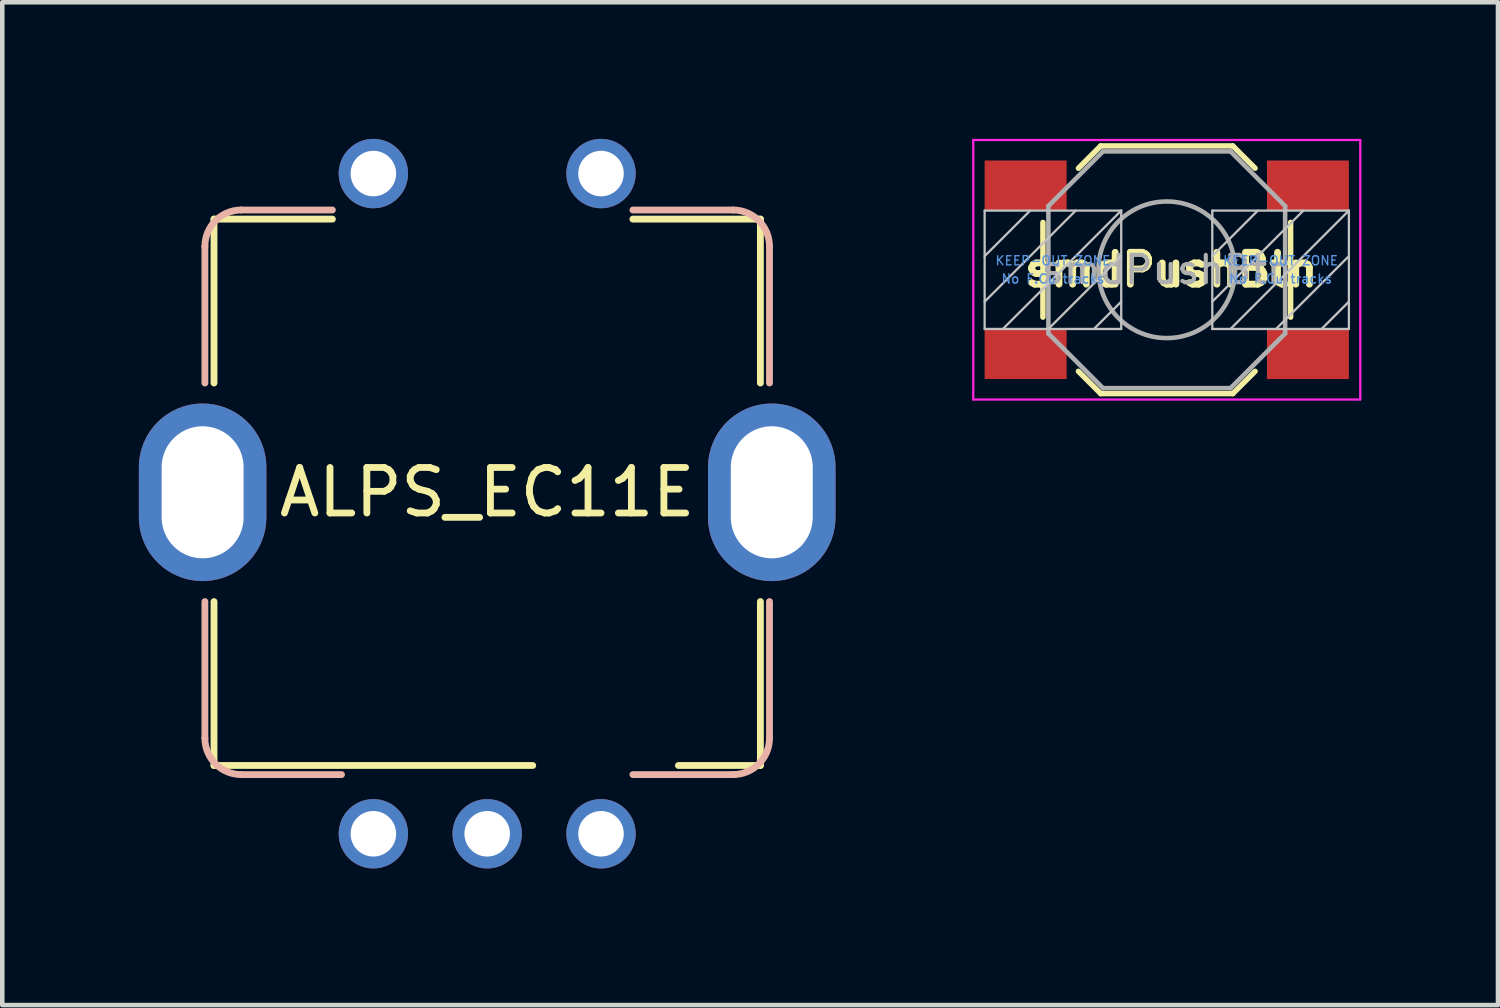
<source format=kicad_pcb>
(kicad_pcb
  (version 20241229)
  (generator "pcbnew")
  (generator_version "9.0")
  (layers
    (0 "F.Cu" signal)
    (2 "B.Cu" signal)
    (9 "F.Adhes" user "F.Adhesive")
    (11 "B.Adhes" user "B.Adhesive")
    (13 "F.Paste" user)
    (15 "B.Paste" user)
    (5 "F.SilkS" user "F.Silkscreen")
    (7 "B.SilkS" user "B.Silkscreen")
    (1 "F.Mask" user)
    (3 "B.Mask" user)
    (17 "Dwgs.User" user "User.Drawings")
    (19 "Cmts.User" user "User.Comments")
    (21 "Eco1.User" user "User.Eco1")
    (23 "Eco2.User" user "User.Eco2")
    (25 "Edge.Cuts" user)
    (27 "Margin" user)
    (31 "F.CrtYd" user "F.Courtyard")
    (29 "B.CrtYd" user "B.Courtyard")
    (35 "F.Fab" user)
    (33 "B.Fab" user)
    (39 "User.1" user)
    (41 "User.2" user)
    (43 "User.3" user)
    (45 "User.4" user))
  (footprint "ALPS_EC11E"
    (layer "F.Cu")
    (at 7.65 7.762)
    (property "Reference" "ALPS_EC11E" (at 0 0 0) (layer "F.SilkS") (effects (font (size 1 1) (thickness 0.15))))
    (attr through_hole)
    (fp_line (start -6 -6) (end -3.4 -6) (stroke (width 0.15) (type solid)) (layer "F.SilkS"))
    (fp_line (start -6 -2.4) (end -6 -6) (stroke (width 0.15) (type solid)) (layer "F.SilkS"))
    (fp_line (start -6 6) (end -6 2.4) (stroke (width 0.15) (type solid)) (layer "F.SilkS"))
    (fp_line (start 1 6) (end -6 6) (stroke (width 0.15) (type solid)) (layer "F.SilkS"))
    (fp_line (start 3.2 -6) (end 6 -6) (stroke (width 0.15) (type solid)) (layer "F.SilkS"))
    (fp_line (start 6 -6) (end 6 -2.4) (stroke (width 0.15) (type solid)) (layer "F.SilkS"))
    (fp_line (start 6 6) (end 4.2 6) (stroke (width 0.15) (type solid)) (layer "F.SilkS"))
    (fp_line (start 6 6) (end 6 2.4) (stroke (width 0.15) (type solid)) (layer "F.SilkS"))
    (fp_line (start -6.2 -2.4) (end -6.2 -5.4) (stroke (width 0.15) (type solid)) (layer "B.SilkS"))
    (fp_line (start -6.2 5.4) (end -6.2 2.4) (stroke (width 0.15) (type solid)) (layer "B.SilkS"))
    (fp_line (start -5.4 -6.2) (end -3.4 -6.2) (stroke (width 0.15) (type solid)) (layer "B.SilkS"))
    (fp_line (start -5.4 6.2) (end -3.2 6.2) (stroke (width 0.15) (type solid)) (layer "B.SilkS"))
    (fp_line (start 5.4 -6.2) (end 3.2 -6.2) (stroke (width 0.15) (type solid)) (layer "B.SilkS"))
    (fp_line (start 5.4 6.2) (end 3.2 6.2) (stroke (width 0.15) (type solid)) (layer "B.SilkS"))
    (fp_line (start 6.2 -2.4) (end 6.2 -5.4) (stroke (width 0.15) (type solid)) (layer "B.SilkS"))
    (fp_line (start 6.2 5.4) (end 6.2 2.4) (stroke (width 0.15) (type solid)) (layer "B.SilkS"))
    (fp_arc (start -6.2 -5.4) (mid -5.965685 -5.965685) (end -5.4 -6.2) (stroke (width 0.15) (type solid)) (layer "B.SilkS"))
    (fp_arc (start -5.4 6.2) (mid -5.965685 5.965685) (end -6.2 5.4) (stroke (width 0.15) (type solid)) (layer "B.SilkS"))
    (fp_arc (start 5.4 -6.2) (mid 5.965685 -5.965685) (end 6.2 -5.4) (stroke (width 0.15) (type solid)) (layer "B.SilkS"))
    (fp_arc (start 6.2 5.4) (mid 5.965685 5.965685) (end 5.4 6.2) (stroke (width 0.15) (type solid)) (layer "B.SilkS"))
    (pad "" thru_hole oval (at -6.25 0) (size 2.8 3.9) (drill oval 1.8 2.9) (layers "*.Cu" "*.Mask"))
    (pad "" thru_hole oval (at 6.25 0) (size 2.8 3.9) (drill oval 1.8 2.9) (layers "*.Cu" "*.Mask"))
    (pad "A" thru_hole circle (at -2.5 7.5) (size 1.524 1.524) (drill 1) (layers "*.Cu" "*.Mask"))
    (pad "B" thru_hole circle (at 2.5 7.5) (size 1.524 1.524) (drill 1) (layers "*.Cu" "*.Mask"))
    (pad "C" thru_hole circle (at 0 7.5) (size 1.524 1.524) (drill 1) (layers "*.Cu" "*.Mask"))
    (pad "S1" thru_hole circle (at -2.5 -7) (size 1.524 1.524) (drill 1) (layers "*.Cu" "*.Mask"))
    (pad "S2" thru_hole circle (at 2.5 -7) (size 1.524 1.524) (drill 1) (layers "*.Cu" "*.Mask")))
  (footprint "smdPushBtn"
    (layer "F.Cu")
    (at 22.575 2.875)
    (property "Reference" "smdPushBtn" (at 0.1 0 0) (layer "F.SilkS") (effects (font (size 0.7 0.7) (thickness 0.15))))
    (attr smd)
    (fp_line (start -2.72 1.04) (end -2.72 -1.04) (stroke (width 0.12) (type solid)) (layer "F.SilkS"))
    (fp_line (start -1.45 -2.72) (end -1.94 -2.23) (stroke (width 0.12) (type solid)) (layer "F.SilkS"))
    (fp_line (start -1.45 -2.72) (end 1.45 -2.72) (stroke (width 0.12) (type solid)) (layer "F.SilkS"))
    (fp_line (start -1.45 2.72) (end -1.94 2.23) (stroke (width 0.12) (type solid)) (layer "F.SilkS"))
    (fp_line (start -1.45 2.72) (end 1.45 2.72) (stroke (width 0.12) (type solid)) (layer "F.SilkS"))
    (fp_line (start 1.45 -2.72) (end 1.94 -2.23) (stroke (width 0.12) (type solid)) (layer "F.SilkS"))
    (fp_line (start 1.45 2.72) (end 1.94 2.23) (stroke (width 0.12) (type solid)) (layer "F.SilkS"))
    (fp_line (start 2.72 1.04) (end 2.72 -1.04) (stroke (width 0.12) (type solid)) (layer "F.SilkS"))
    (fp_line (start -4 -1.3) (end -1 -1.3) (stroke (width 0.05) (type solid)) (layer "Dwgs.User"))
    (fp_line (start -4 -0.3) (end -3 -1.3) (stroke (width 0.05) (type solid)) (layer "Dwgs.User"))
    (fp_line (start -4 0.7) (end -2 -1.3) (stroke (width 0.05) (type solid)) (layer "Dwgs.User"))
    (fp_line (start -4 1.3) (end -4 -1.3) (stroke (width 0.05) (type solid)) (layer "Dwgs.User"))
    (fp_line (start -2.6 1.3) (end -1 -0.3) (stroke (width 0.05) (type solid)) (layer "Dwgs.User"))
    (fp_line (start -1 -1.3) (end -3.6 1.3) (stroke (width 0.05) (type solid)) (layer "Dwgs.User"))
    (fp_line (start -1 -1.3) (end -1 1.3) (stroke (width 0.05) (type solid)) (layer "Dwgs.User"))
    (fp_line (start -1 0.7) (end -1.6 1.3) (stroke (width 0.05) (type solid)) (layer "Dwgs.User"))
    (fp_line (start -1 1.3) (end -4 1.3) (stroke (width 0.05) (type solid)) (layer "Dwgs.User"))
    (fp_line (start 1 -1.3) (end 4 -1.3) (stroke (width 0.05) (type solid)) (layer "Dwgs.User"))
    (fp_line (start 1 -0.3) (end 2 -1.3) (stroke (width 0.05) (type solid)) (layer "Dwgs.User"))
    (fp_line (start 1 0.7) (end 3 -1.3) (stroke (width 0.05) (type solid)) (layer "Dwgs.User"))
    (fp_line (start 1 1.3) (end 1 -1.3) (stroke (width 0.05) (type solid)) (layer "Dwgs.User"))
    (fp_line (start 2.4 1.3) (end 4 -0.3) (stroke (width 0.05) (type solid)) (layer "Dwgs.User"))
    (fp_line (start 4 -1.3) (end 1.4 1.3) (stroke (width 0.05) (type solid)) (layer "Dwgs.User"))
    (fp_line (start 4 -1.3) (end 4 1.3) (stroke (width 0.05) (type solid)) (layer "Dwgs.User"))
    (fp_line (start 4 0.7) (end 3.4 1.3) (stroke (width 0.05) (type solid)) (layer "Dwgs.User"))
    (fp_line (start 4 1.3) (end 1 1.3) (stroke (width 0.05) (type solid)) (layer "Dwgs.User"))
    (fp_line (start -4.25 -2.85) (end -4.25 2.85) (stroke (width 0.05) (type solid)) (layer "F.CrtYd"))
    (fp_line (start -4.25 2.85) (end 4.25 2.85) (stroke (width 0.05) (type solid)) (layer "F.CrtYd"))
    (fp_line (start 4.25 -2.85) (end -4.25 -2.85) (stroke (width 0.05) (type solid)) (layer "F.CrtYd"))
    (fp_line (start 4.25 2.85) (end 4.25 -2.85) (stroke (width 0.05) (type solid)) (layer "F.CrtYd"))
    (fp_line (start -2.6 -1.4) (end -1.4 -2.6) (stroke (width 0.1) (type solid)) (layer "F.Fab"))
    (fp_line (start -2.6 1.4) (end -2.6 -1.4) (stroke (width 0.1) (type solid)) (layer "F.Fab"))
    (fp_line (start -1.4 -2.6) (end 1.4 -2.6) (stroke (width 0.1) (type solid)) (layer "F.Fab"))
    (fp_line (start -1.4 2.6) (end -2.6 1.4) (stroke (width 0.1) (type solid)) (layer "F.Fab"))
    (fp_line (start 1.4 -2.6) (end 2.6 -1.4) (stroke (width 0.1) (type solid)) (layer "F.Fab"))
    (fp_line (start 1.4 2.6) (end -1.4 2.6) (stroke (width 0.1) (type solid)) (layer "F.Fab"))
    (fp_line (start 2.6 -1.4) (end 2.6 1.4) (stroke (width 0.1) (type solid)) (layer "F.Fab"))
    (fp_line (start 2.6 1.4) (end 1.4 2.6) (stroke (width 0.1) (type solid)) (layer "F.Fab"))
    (fp_circle (center 0 0) (end 1.5 0) (stroke (width 0.1) (type solid)) (fill no) (layer "F.Fab"))
    (fp_text user "No F.Cu tracks" (at 2.5 0.2 0) (layer "Cmts.User") (effects (font (size 0.2 0.2) (thickness 0.03))))
    (fp_text user "No F.Cu tracks" (at -2.5 0.2 0) (layer "Cmts.User") (effects (font (size 0.2 0.2) (thickness 0.03))))
    (fp_text user "KEEP-OUT ZONE" (at 2.5 -0.2 0) (layer "Cmts.User") (effects (font (size 0.2 0.2) (thickness 0.03))))
    (fp_text user "KEEP-OUT ZONE" (at -2.5 -0.2 0) (layer "Cmts.User") (effects (font (size 0.2 0.2) (thickness 0.03))))
    (fp_text user "${REFERENCE}" (at 0 0 0) (layer "F.Fab") (effects (font (size 0.6 0.6) (thickness 0.09))))
    (pad "1" smd rect (at -3.1 -1.85) (size 1.8 1.1) (layers "F.Cu" "F.Mask" "F.Paste"))
    (pad "1" smd rect (at 3.1 -1.85) (size 1.8 1.1) (layers "F.Cu" "F.Mask" "F.Paste"))
    (pad "2" smd rect (at -3.1 1.85) (size 1.8 1.1) (layers "F.Cu" "F.Mask" "F.Paste"))
    (pad "2" smd rect (at 3.1 1.85) (size 1.8 1.1) (layers "F.Cu" "F.Mask" "F.Paste")))
  (gr_rect
    (start -3 -3)
    (end 29.85 19.024)
    (stroke (width 0.1) (type default))
    (fill no)
    (layer "Edge.Cuts")))
</source>
